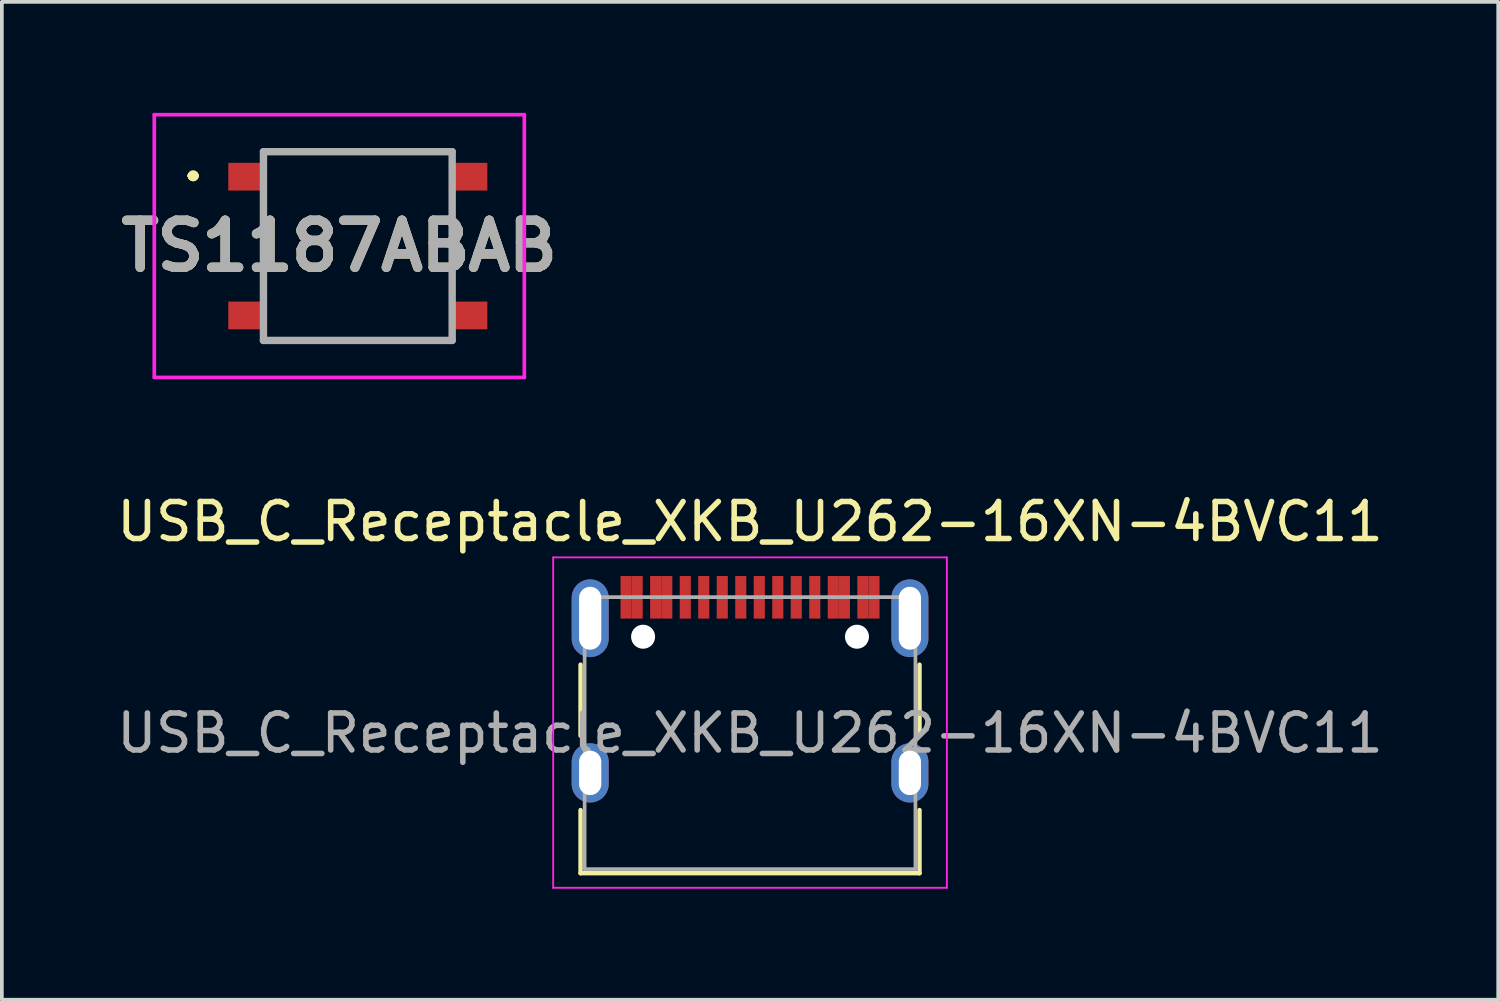
<source format=kicad_pcb>
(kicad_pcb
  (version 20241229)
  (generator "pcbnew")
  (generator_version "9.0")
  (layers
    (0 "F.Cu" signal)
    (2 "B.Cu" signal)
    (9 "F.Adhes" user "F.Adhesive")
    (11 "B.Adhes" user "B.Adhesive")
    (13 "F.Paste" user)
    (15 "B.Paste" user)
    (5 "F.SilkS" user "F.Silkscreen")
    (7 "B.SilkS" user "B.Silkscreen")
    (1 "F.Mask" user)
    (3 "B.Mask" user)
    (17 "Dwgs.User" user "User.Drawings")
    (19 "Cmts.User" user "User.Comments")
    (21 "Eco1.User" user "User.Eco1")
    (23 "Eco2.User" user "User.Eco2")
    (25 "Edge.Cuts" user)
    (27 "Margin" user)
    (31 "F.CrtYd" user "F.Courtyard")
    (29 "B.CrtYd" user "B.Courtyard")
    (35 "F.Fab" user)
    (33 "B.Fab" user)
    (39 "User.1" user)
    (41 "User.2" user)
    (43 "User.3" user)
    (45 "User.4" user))
  (footprint "USB_C_Receptacle_XKB_U262-16XN-4BVC11"
    (layer "F.Cu")
    (at 17.22 16.763)
    (property "Reference" "USB_C_Receptacle_XKB_U262-16XN-4BVC11" (at 0 -5.715 0) (layer "F.SilkS") (effects (font (size 1 1) (thickness 0.15))))
    (attr smd)
    (fp_line (start -4.58 -1.85) (end -4.58 0.07) (stroke (width 0.12) (type solid)) (layer "F.SilkS"))
    (fp_line (start -4.58 3.785) (end -4.58 2.08) (stroke (width 0.12) (type solid)) (layer "F.SilkS"))
    (fp_line (start 4.58 0.07) (end 4.58 -1.85) (stroke (width 0.12) (type solid)) (layer "F.SilkS"))
    (fp_line (start 4.58 2.08) (end 4.58 3.785) (stroke (width 0.12) (type solid)) (layer "F.SilkS"))
    (fp_line (start 4.58 3.785) (end -4.58 3.785) (stroke (width 0.12) (type solid)) (layer "F.SilkS"))
    (fp_line (start -5.32 -4.75) (end 5.32 -4.75) (stroke (width 0.05) (type solid)) (layer "F.CrtYd"))
    (fp_line (start -5.32 4.18) (end -5.32 -4.75) (stroke (width 0.05) (type solid)) (layer "F.CrtYd"))
    (fp_line (start 5.32 -4.75) (end 5.32 4.18) (stroke (width 0.05) (type solid)) (layer "F.CrtYd"))
    (fp_line (start 5.32 4.18) (end -5.32 4.18) (stroke (width 0.05) (type solid)) (layer "F.CrtYd"))
    (fp_line (start -4.47 -3.675) (end -4.47 3.675) (stroke (width 0.1) (type solid)) (layer "F.Fab"))
    (fp_line (start -4.47 -3.675) (end 4.47 -3.675) (stroke (width 0.1) (type solid)) (layer "F.Fab"))
    (fp_line (start -4.47 3.675) (end 4.47 3.675) (stroke (width 0.1) (type solid)) (layer "F.Fab"))
    (fp_line (start 4.47 3.675) (end 4.47 -3.675) (stroke (width 0.1) (type solid)) (layer "F.Fab"))
    (fp_text user "${REFERENCE}" (at 0 0 0) (layer "F.Fab") (effects (font (size 1 1) (thickness 0.15))))
    (pad "" np_thru_hole circle (at -2.89 -2.605) (size 0.65 0.65) (drill 0.65) (layers "*.Cu" "*.Mask"))
    (pad "" np_thru_hole circle (at 2.89 -2.605) (size 0.65 0.65) (drill 0.65) (layers "*.Cu" "*.Mask"))
    (pad "A1" smd rect (at -3.35 -3.67) (size 0.3 1.15) (layers "F.Cu" "F.Mask" "F.Paste"))
    (pad "A4" smd rect (at -2.55 -3.67) (size 0.3 1.15) (layers "F.Cu" "F.Mask" "F.Paste"))
    (pad "A5" smd rect (at -1.25 -3.67) (size 0.3 1.15) (layers "F.Cu" "F.Mask" "F.Paste"))
    (pad "A6" smd rect (at -0.25 -3.67) (size 0.3 1.15) (layers "F.Cu" "F.Mask" "F.Paste"))
    (pad "A7" smd rect (at 0.25 -3.67) (size 0.3 1.15) (layers "F.Cu" "F.Mask" "F.Paste"))
    (pad "A8" smd rect (at 1.25 -3.67) (size 0.3 1.15) (layers "F.Cu" "F.Mask" "F.Paste"))
    (pad "A9" smd rect (at 2.55 -3.67) (size 0.3 1.15) (layers "F.Cu" "F.Mask" "F.Paste"))
    (pad "A12" smd rect (at 3.35 -3.67) (size 0.3 1.15) (layers "F.Cu" "F.Mask" "F.Paste"))
    (pad "B1" smd rect (at 3.05 -3.67) (size 0.3 1.15) (layers "F.Cu" "F.Mask" "F.Paste"))
    (pad "B4" smd rect (at 2.25 -3.67) (size 0.3 1.15) (layers "F.Cu" "F.Mask" "F.Paste"))
    (pad "B5" smd rect (at 1.75 -3.67) (size 0.3 1.15) (layers "F.Cu" "F.Mask" "F.Paste"))
    (pad "B6" smd rect (at 0.75 -3.67) (size 0.3 1.15) (layers "F.Cu" "F.Mask" "F.Paste"))
    (pad "B7" smd rect (at -0.75 -3.67) (size 0.3 1.15) (layers "F.Cu" "F.Mask" "F.Paste"))
    (pad "B8" smd rect (at -1.75 -3.67) (size 0.3 1.15) (layers "F.Cu" "F.Mask" "F.Paste"))
    (pad "B9" smd rect (at -2.25 -3.67) (size 0.3 1.15) (layers "F.Cu" "F.Mask" "F.Paste"))
    (pad "B12" smd rect (at -3.05 -3.67) (size 0.3 1.15) (layers "F.Cu" "F.Mask" "F.Paste"))
    (pad "S1" thru_hole oval (at -4.32 -3.105) (size 1 2.1) (drill oval 0.6 1.7) (layers "*.Cu" "*.Mask"))
    (pad "S1" thru_hole oval (at -4.32 1.075) (size 1 1.6) (drill oval 0.6 1.2) (layers "*.Cu" "*.Mask"))
    (pad "S1" thru_hole oval (at 4.32 -3.105) (size 1 2.1) (drill oval 0.6 1.7) (layers "*.Cu" "*.Mask"))
    (pad "S1" thru_hole oval (at 4.32 1.075) (size 1 1.6) (drill oval 0.6 1.2) (layers "*.Cu" "*.Mask")))
  (footprint "TS1187ABAB"
    (layer "F.Cu")
    (at 6.62 3.6)
    (property "Reference" "TS1187ABAB" (at -0.5 0 0) (layer "F.SilkS") (effects (font (size 1.27 1.27) (thickness 0.254))))
    (attr smd)
    (fp_line (start -4.5 -1.9) (end -4.5 -1.9) (stroke (width 0.2) (type solid)) (layer "F.SilkS"))
    (fp_line (start -4.5 -1.9) (end -4.5 -1.9) (stroke (width 0.2) (type solid)) (layer "F.SilkS"))
    (fp_line (start -4.4 -1.9) (end -4.4 -1.9) (stroke (width 0.2) (type solid)) (layer "F.SilkS"))
    (fp_line (start -2.55 -1) (end -2.55 1) (stroke (width 0.1) (type solid)) (layer "F.SilkS"))
    (fp_line (start -2 -2.55) (end 2 -2.55) (stroke (width 0.1) (type solid)) (layer "F.SilkS"))
    (fp_line (start -2 2.55) (end 2 2.55) (stroke (width 0.1) (type solid)) (layer "F.SilkS"))
    (fp_line (start 2.55 -1) (end 2.55 1) (stroke (width 0.1) (type solid)) (layer "F.SilkS"))
    (fp_arc (start -4.5 -1.9) (mid -4.45 -1.95) (end -4.4 -1.9) (stroke (width 0.2) (type solid)) (layer "F.SilkS"))
    (fp_arc (start -4.4 -1.9) (mid -4.45 -1.85) (end -4.5 -1.9) (stroke (width 0.2) (type solid)) (layer "F.SilkS"))
    (fp_arc (start -4.4 -1.9) (mid -4.45 -1.85) (end -4.5 -1.9) (stroke (width 0.2) (type solid)) (layer "F.SilkS"))
    (fp_line (start -5.5 -3.55) (end 4.5 -3.55) (stroke (width 0.1) (type solid)) (layer "F.CrtYd"))
    (fp_line (start -5.5 3.55) (end -5.5 -3.55) (stroke (width 0.1) (type solid)) (layer "F.CrtYd"))
    (fp_line (start 4.5 -3.55) (end 4.5 3.55) (stroke (width 0.1) (type solid)) (layer "F.CrtYd"))
    (fp_line (start 4.5 3.55) (end -5.5 3.55) (stroke (width 0.1) (type solid)) (layer "F.CrtYd"))
    (fp_line (start -2.55 -2.55) (end -2.55 2.55) (stroke (width 0.2) (type solid)) (layer "F.Fab"))
    (fp_line (start -2.55 2.55) (end 2.55 2.55) (stroke (width 0.2) (type solid)) (layer "F.Fab"))
    (fp_line (start 2.55 -2.55) (end -2.55 -2.55) (stroke (width 0.2) (type solid)) (layer "F.Fab"))
    (fp_line (start 2.55 2.55) (end 2.55 -2.55) (stroke (width 0.2) (type solid)) (layer "F.Fab"))
    (fp_text user "${REFERENCE}" (at -0.5 0 0) (layer "F.Fab") (effects (font (size 1.27 1.27) (thickness 0.254))))
    (pad "1" smd rect (at -3 -1.875 90) (size 0.75 1) (layers "F.Cu" "F.Mask" "F.Paste"))
    (pad "2" smd rect (at 3 -1.875 90) (size 0.75 1) (layers "F.Cu" "F.Mask" "F.Paste"))
    (pad "3" smd rect (at -3 1.875 90) (size 0.75 1) (layers "F.Cu" "F.Mask" "F.Paste"))
    (pad "4" smd rect (at 3 1.875 90) (size 0.75 1) (layers "F.Cu" "F.Mask" "F.Paste")))
  (gr_rect
    (start -3 -3)
    (end 37.44 23.968)
    (stroke (width 0.1) (type default))
    (fill no)
    (layer "Edge.Cuts")))
</source>
